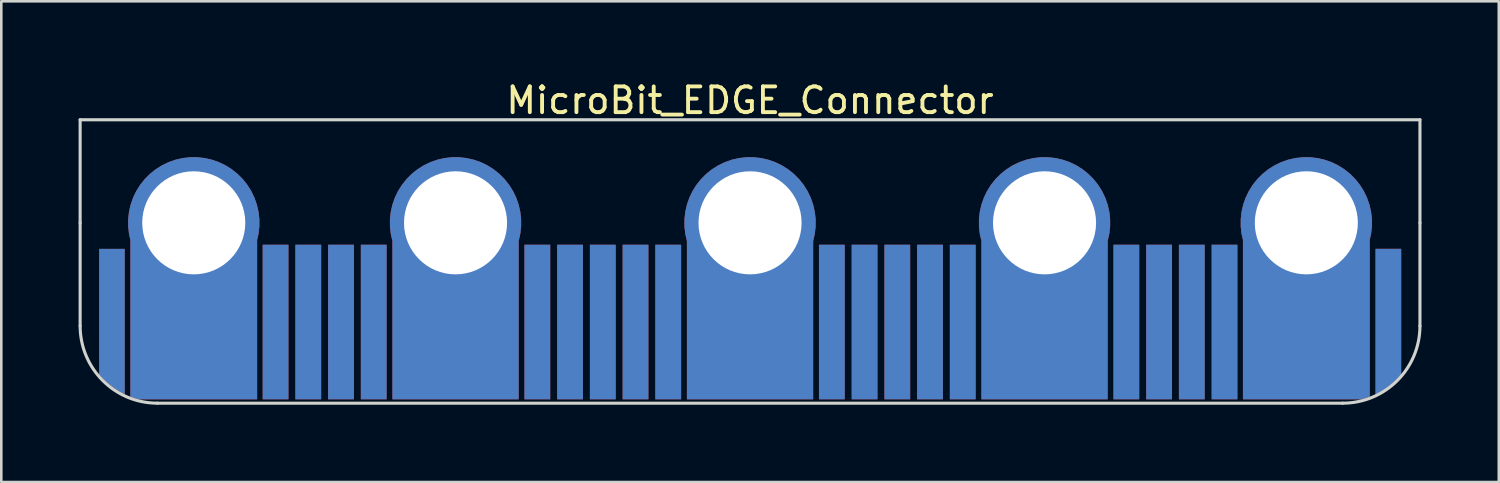
<source format=kicad_pcb>
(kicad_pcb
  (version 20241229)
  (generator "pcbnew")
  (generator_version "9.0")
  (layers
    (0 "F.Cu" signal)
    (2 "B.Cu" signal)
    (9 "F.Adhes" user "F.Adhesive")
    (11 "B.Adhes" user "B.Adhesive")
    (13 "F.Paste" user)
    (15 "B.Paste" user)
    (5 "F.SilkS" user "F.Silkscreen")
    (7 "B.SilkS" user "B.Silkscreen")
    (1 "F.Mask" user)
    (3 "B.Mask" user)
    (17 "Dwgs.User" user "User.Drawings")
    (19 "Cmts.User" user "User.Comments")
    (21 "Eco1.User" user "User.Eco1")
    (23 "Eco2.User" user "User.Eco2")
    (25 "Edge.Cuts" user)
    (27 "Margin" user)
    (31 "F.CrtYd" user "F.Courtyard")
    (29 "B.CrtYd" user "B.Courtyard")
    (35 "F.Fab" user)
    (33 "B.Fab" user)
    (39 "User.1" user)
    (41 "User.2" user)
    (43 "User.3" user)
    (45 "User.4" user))
  (footprint "MicroBit_EDGE_Connector"
    (layer "F.Cu")
    (at 26.06 9.598)
    (property "Reference" "MicroBit_EDGE_Connector" (at 0 -8.75 0) (layer "F.SilkS") (effects (font (size 1 1) (thickness 0.15))))
    (attr through_hole)
    (fp_line (start -26 -8) (end -26 -4) (stroke (width 0.12) (type solid)) (layer "Edge.Cuts"))
    (fp_line (start -26 -8) (end 26 -8) (stroke (width 0.12) (type solid)) (layer "Edge.Cuts"))
    (fp_line (start -26 -4) (end -26 0) (stroke (width 0.12) (type solid)) (layer "Edge.Cuts"))
    (fp_line (start -23 3) (end 23 3) (stroke (width 0.12) (type solid)) (layer "Edge.Cuts"))
    (fp_line (start 26 -8) (end 26 -4) (stroke (width 0.12) (type solid)) (layer "Edge.Cuts"))
    (fp_line (start 26 -4) (end 26 0) (stroke (width 0.12) (type solid)) (layer "Edge.Cuts"))
    (fp_arc (start -23 3) (mid -25.12132 2.12132) (end -26 0) (stroke (width 0.12) (type solid)) (layer "Edge.Cuts"))
    (fp_arc (start 26 0) (mid 25.12132 2.12132) (end 23 3) (stroke (width 0.12) (type solid)) (layer "Edge.Cuts"))
    (pad "0" smd custom (at -24.74 -0.41) (size 0.5 0.5) (layers "F.Cu" "F.Mask" "F.Paste") (options (anchor rect)) (primitives (gr_poly (pts (xy -0.52 2.29) (xy -0.34 2.49) (xy -0.13 2.68) (xy 0.11 2.86) (xy 0.36 3.01) (xy 0.47 3.06) (xy 0.47 -2.58) (xy -0.52 -2.58)) (width 0) (fill yes))))
    (pad "0" smd custom (at -24.74 -0.41 180) (size 0.5 0.5) (layers "B.Cu" "B.Mask" "B.Paste") (options (anchor rect)) (primitives (gr_poly (pts (xy 0.52 -2.29) (xy 0.34 -2.49) (xy 0.13 -2.68) (xy -0.11 -2.86) (xy -0.36 -3.01) (xy -0.47 -3.06) (xy -0.47 2.58) (xy 0.52 2.58)) (width 0) (fill yes))))
    (pad "0" thru_hole circle (at -21.59 -4) (size 5 5) (drill 4) (layers "*.Cu" "*.Mask"))
    (pad "0" smd custom (at -21.59 -0.65) (size 2 2) (layers "F.Cu" "F.Mask" "F.Paste") (options (anchor rect)) (primitives (gr_poly (pts (xy 2.46 -3.05) (xy 1.69 -1.65) (xy -0.01 -0.85) (xy -1.71 -1.65) (xy -2.46 -3.05) (xy -2.46 3.39) (xy -2.41 3.41) (xy -2.27 3.46) (xy -2.19 3.48) (xy -2.11 3.5) (xy -2.06 3.5) (xy 2.46 3.5)) (width 0) (fill yes)) (gr_circle (center 0 -3.35) (end 2.3 -3.35) (width 0.5) (fill no))))
    (pad "0" smd custom (at -21.59 -0.65 180) (size 2 2) (layers "B.Cu" "B.Mask" "B.Paste") (options (anchor rect)) (primitives (gr_poly (pts (xy -2.46 3.05) (xy -1.69 1.65) (xy 0.01 0.85) (xy 1.71 1.65) (xy 2.46 3.05) (xy 2.46 -3.39) (xy 2.41 -3.41) (xy 2.27 -3.46) (xy 2.19 -3.48) (xy 2.11 -3.5) (xy 2.06 -3.5) (xy -2.46 -3.5)) (width 0) (fill yes)) (gr_circle (center 0 3.35) (end 2.3 3.35) (width 0.5) (fill no))))
    (pad "1" thru_hole circle (at -11.43 -4) (size 5 5) (drill 4) (layers "*.Cu" "*.Mask"))
    (pad "1" smd custom (at -11.43 -0.65) (size 2 2) (layers "F.Cu" "F.Mask" "F.Paste") (options (anchor rect)) (primitives (gr_poly (pts (xy -2.45 3.5) (xy 2.45 3.5) (xy 2.45 -3.5) (xy 2.23 -2.525) (xy 1.63 -1.55) (xy 0.03 -1.25) (xy -1.57 -1.55) (xy -2.17 -2.525) (xy -2.45 -3.5)) (width 0) (fill yes)) (gr_circle (center 0 -3.35) (end 2.3 -3.35) (width 0.5) (fill no))))
    (pad "1" smd custom (at -11.43 -0.65 180) (size 2 2) (layers "B.Cu" "B.Mask" "B.Paste") (options (anchor rect)) (primitives (gr_poly (pts (xy -2.45 -3.5) (xy 2.45 -3.5) (xy 2.45 3.5) (xy 2.23 2.525) (xy 1.63 1.55) (xy 0.03 1.25) (xy -1.57 1.55) (xy -2.17 2.525) (xy -2.45 3.5)) (width 0) (fill yes)) (gr_circle (center 0 3.35) (end 2.3 3.35) (width 0.5) (fill no))))
    (pad "2" thru_hole circle (at 0 -4) (size 5 5) (drill 4) (layers "*.Cu" "*.Mask"))
    (pad "2" smd custom (at 0 -0.65) (size 2 2) (layers "F.Cu" "F.Mask" "F.Paste") (options (anchor rect)) (primitives (gr_poly (pts (xy -2.45 3.5) (xy 2.45 3.5) (xy 2.45 -3.5) (xy 2.23 -2.525) (xy 1.63 -1.55) (xy 0.03 -1.25) (xy -1.57 -1.55) (xy -2.17 -2.525) (xy -2.45 -3.5)) (width 0) (fill yes)) (gr_circle (center 0 -3.35) (end 2.3 -3.35) (width 0.5) (fill no))))
    (pad "2" smd custom (at 0 -0.65 180) (size 2 2) (layers "B.Cu" "B.Mask" "B.Paste") (options (anchor rect)) (primitives (gr_poly (pts (xy -2.45 -3.5) (xy 2.45 -3.5) (xy 2.45 3.5) (xy 2.23 2.525) (xy 1.63 1.55) (xy 0.03 1.25) (xy -1.57 1.55) (xy -2.17 2.525) (xy -2.45 3.5)) (width 0) (fill yes)) (gr_circle (center 0 3.35) (end 2.3 3.35) (width 0.5) (fill no))))
    (pad "3v3" smd rect (at 8.255 -0.15) (size 1 6) (layers "F.Cu" "F.Mask" "F.Paste"))
    (pad "3v3" smd rect (at 8.255 -0.15) (size 1 6) (layers "B.Cu" "B.Mask" "B.Paste"))
    (pad "3v3" thru_hole circle (at 11.43 -4) (size 5 5) (drill 4) (layers "*.Cu" "*.Mask"))
    (pad "3v3" smd custom (at 11.43 -0.65) (size 2 2) (layers "F.Cu" "F.Mask" "F.Paste") (options (anchor rect)) (primitives (gr_poly (pts (xy -2.45 3.5) (xy 2.45 3.5) (xy 2.45 -3.5) (xy 2.23 -2.525) (xy 1.63 -1.55) (xy 0.03 -1.25) (xy -1.57 -1.55) (xy -2.17 -2.525) (xy -2.45 -3.5)) (width 0) (fill yes)) (gr_circle (center 0 -3.35) (end 2.3 -3.35) (width 0.5) (fill no))))
    (pad "3v3" smd custom (at 11.43 -0.65 180) (size 2 2) (layers "B.Cu" "B.Mask" "B.Paste") (options (anchor rect)) (primitives (gr_poly (pts (xy -2.45 -3.5) (xy 2.45 -3.5) (xy 2.45 3.5) (xy 2.23 2.525) (xy 1.63 1.55) (xy 0.03 1.25) (xy -1.57 1.55) (xy -2.17 2.525) (xy -2.45 3.5)) (width 0) (fill yes)) (gr_circle (center 0 3.35) (end 2.3 3.35) (width 0.5) (fill no))))
    (pad "3v3" smd rect (at 14.605 -0.15) (size 1 6) (layers "F.Cu" "F.Mask" "F.Paste"))
    (pad "3v3" smd rect (at 14.605 -0.15 180) (size 1 6) (layers "B.Cu" "B.Mask" "B.Paste"))
    (pad "4" smd rect (at -18.415 -0.15) (size 1 6) (layers "F.Cu" "F.Mask" "F.Paste"))
    (pad "4" smd rect (at -18.415 -0.15) (size 1 6) (layers "B.Cu" "B.Mask" "B.Paste"))
    (pad "5" smd rect (at -17.145 -0.15) (size 1 6) (layers "F.Cu" "F.Mask" "F.Paste"))
    (pad "5" smd rect (at -17.145 -0.15) (size 1 6) (layers "B.Cu" "B.Mask" "B.Paste"))
    (pad "6" smd rect (at -15.875 -0.15) (size 1 6) (layers "F.Cu" "F.Mask" "F.Paste"))
    (pad "6" smd rect (at -15.875 -0.15) (size 1 6) (layers "B.Cu" "B.Mask" "B.Paste"))
    (pad "7" smd rect (at -14.605 -0.15) (size 1 6) (layers "F.Cu" "F.Mask" "F.Paste"))
    (pad "7" smd rect (at -14.605 -0.15) (size 1 6) (layers "B.Cu" "B.Mask" "B.Paste"))
    (pad "8" smd rect (at -8.255 -0.15) (size 1 6) (layers "F.Cu" "F.Mask" "F.Paste"))
    (pad "8" smd rect (at -8.255 -0.15) (size 1 6) (layers "B.Cu" "B.Mask" "B.Paste"))
    (pad "9" smd rect (at -6.985 -0.15) (size 1 6) (layers "F.Cu" "F.Mask" "F.Paste"))
    (pad "9" smd rect (at -6.985 -0.15) (size 1 6) (layers "B.Cu" "B.Mask" "B.Paste"))
    (pad "10" smd rect (at -5.715 -0.15) (size 1 6) (layers "F.Cu" "F.Mask" "F.Paste"))
    (pad "10" smd rect (at -5.715 -0.15) (size 1 6) (layers "B.Cu" "B.Mask" "B.Paste"))
    (pad "11" smd rect (at -4.445 -0.15) (size 1 6) (layers "F.Cu" "F.Mask" "F.Paste"))
    (pad "11" smd rect (at -4.445 -0.15) (size 1 6) (layers "B.Cu" "B.Mask" "B.Paste"))
    (pad "12" smd rect (at -3.175 -0.15) (size 1 6) (layers "F.Cu" "F.Mask" "F.Paste"))
    (pad "12" smd rect (at -3.175 -0.15) (size 1 6) (layers "B.Cu" "B.Mask" "B.Paste"))
    (pad "13" smd rect (at 3.175 -0.15) (size 1 6) (layers "F.Cu" "F.Mask" "F.Paste"))
    (pad "13" smd rect (at 3.175 -0.15) (size 1 6) (layers "B.Cu" "B.Mask" "B.Paste"))
    (pad "14" smd rect (at 4.445 -0.15) (size 1 6) (layers "F.Cu" "F.Mask" "F.Paste"))
    (pad "14" smd rect (at 4.445 -0.15) (size 1 6) (layers "B.Cu" "B.Mask" "B.Paste"))
    (pad "15" smd rect (at 5.715 -0.15) (size 1 6) (layers "F.Cu" "F.Mask" "F.Paste"))
    (pad "15" smd rect (at 5.715 -0.15) (size 1 6) (layers "B.Cu" "B.Mask" "B.Paste"))
    (pad "16" smd rect (at 6.985 -0.15) (size 1 6) (layers "F.Cu" "F.Mask" "F.Paste"))
    (pad "16" smd rect (at 6.985 -0.15) (size 1 6) (layers "B.Cu" "B.Mask" "B.Paste"))
    (pad "19" smd rect (at 15.875 -0.15) (size 1 6) (layers "F.Cu" "F.Mask" "F.Paste"))
    (pad "19" smd rect (at 15.875 -0.15 180) (size 1 6) (layers "B.Cu" "B.Mask" "B.Paste"))
    (pad "20" smd rect (at 17.145 -0.15) (size 1 6) (layers "F.Cu" "F.Mask" "F.Paste"))
    (pad "20" smd rect (at 17.145 -0.15 180) (size 1 6) (layers "B.Cu" "B.Mask" "B.Paste"))
    (pad "GND" smd rect (at 18.415 -0.15) (size 1 6) (layers "F.Cu" "F.Mask" "F.Paste"))
    (pad "GND" smd rect (at 18.415 -0.15 180) (size 1 6) (layers "B.Cu" "B.Mask" "B.Paste"))
    (pad "GND" thru_hole circle (at 21.59 -4) (size 5 5) (drill 4) (layers "*.Cu" "*.Mask"))
    (pad "GND" smd custom (at 21.59 -0.65) (size 2 2) (layers "F.Cu" "F.Mask" "F.Paste") (options (anchor rect)) (primitives (gr_poly (pts (xy -2.46 -3.05) (xy -1.69 -1.65) (xy 0.01 -0.85) (xy 1.71 -1.65) (xy 2.46 -3.05) (xy 2.46 3.39) (xy 2.41 3.41) (xy 2.27 3.46) (xy 2.19 3.48) (xy 2.11 3.5) (xy 2.06 3.5) (xy -2.46 3.5)) (width 0) (fill yes)) (gr_circle (center 0 -3.35) (end 2.3 -3.35) (width 0.5) (fill no))))
    (pad "GND" smd custom (at 21.59 -0.65 180) (size 2 2) (layers "B.Cu" "B.Mask" "B.Paste") (options (anchor rect)) (primitives (gr_poly (pts (xy 2.46 3.05) (xy 1.69 1.65) (xy -0.01 0.85) (xy -1.71 1.65) (xy -2.46 3.05) (xy -2.46 -3.39) (xy -2.41 -3.41) (xy -2.27 -3.46) (xy -2.19 -3.48) (xy -2.11 -3.5) (xy -2.06 -3.5) (xy 2.46 -3.5)) (width 0) (fill yes)) (gr_circle (center 0 3.35) (end 2.3 3.35) (width 0.5) (fill no))))
    (pad "GND" smd custom (at 24.75 -0.41) (size 0.5 0.5) (layers "F.Cu" "F.Mask" "F.Paste") (options (anchor rect)) (primitives (gr_poly (pts (xy 0.52 2.29) (xy 0.34 2.49) (xy 0.13 2.68) (xy -0.11 2.86) (xy -0.36 3.01) (xy -0.47 3.06) (xy -0.47 -2.58) (xy 0.52 -2.58)) (width 0) (fill yes))))
    (pad "GND" smd custom (at 24.75 -0.41) (size 0.5 0.5) (layers "F.Cu" "F.Mask" "F.Paste") (options (anchor rect)) (primitives (gr_poly (pts (xy 0.52 2.29) (xy 0.34 2.49) (xy 0.13 2.68) (xy -0.11 2.86) (xy -0.36 3.01) (xy -0.47 3.06) (xy -0.47 -2.58) (xy 0.52 -2.58)) (width 0) (fill yes))))
    (pad "GND" smd custom (at 24.75 -0.41 180) (size 0.5 0.5) (layers "B.Cu" "B.Mask" "B.Paste") (options (anchor rect)) (primitives (gr_poly (pts (xy -0.52 -2.29) (xy -0.34 -2.49) (xy -0.13 -2.68) (xy 0.11 -2.86) (xy 0.36 -3.01) (xy 0.47 -3.06) (xy 0.47 2.58) (xy -0.52 2.58)) (width 0) (fill yes)))))
  (gr_rect
    (start -3 -3)
    (end 55.12 15.658)
    (stroke (width 0.1) (type default))
    (fill no)
    (layer "Edge.Cuts")))
</source>
